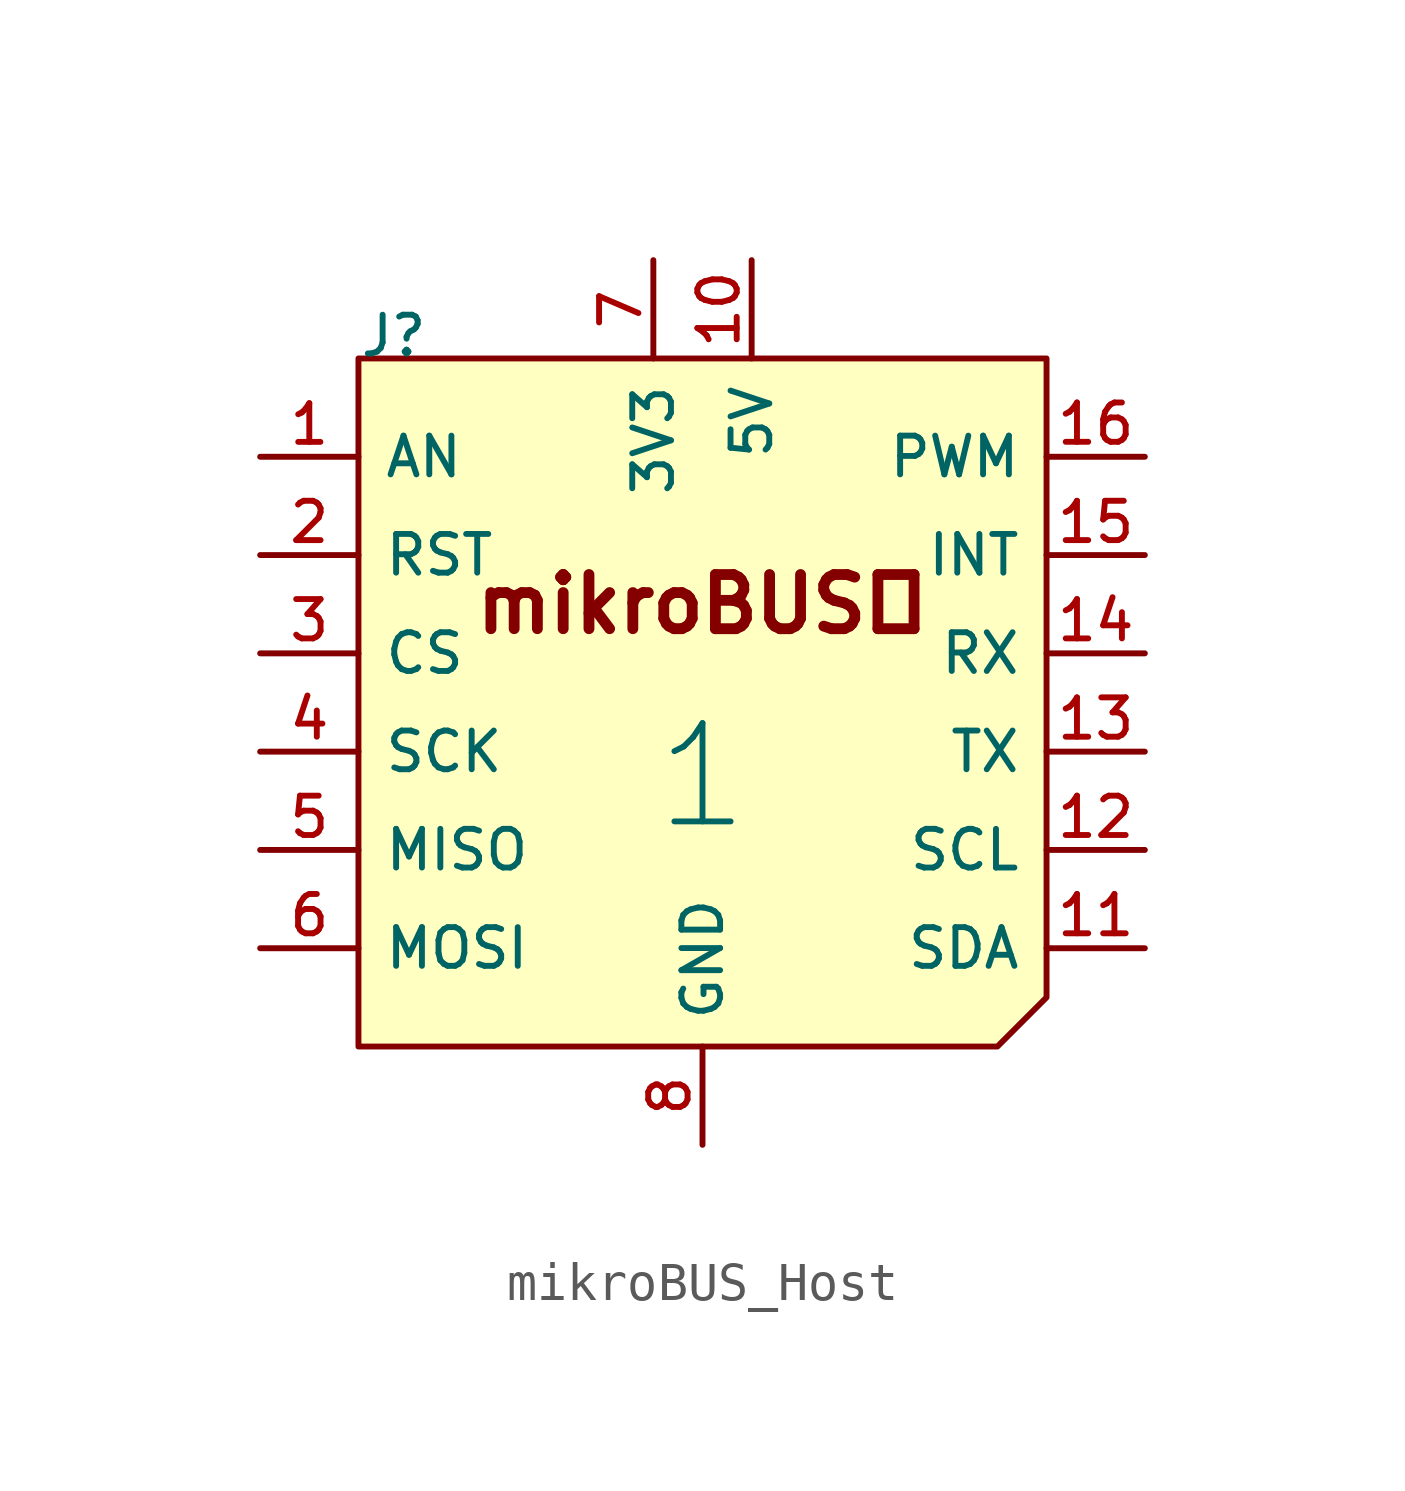
<source format=kicad_sym>
(kicad_symbol_lib
  (version 20241209)
  (generator "kicad_symbol_editor")
  (generator_version "9.0")
  (symbol "mikroBUS_Host"
    (pin_names
      (offset 0.635))
    (property "Reference" "J"
      (at 0 0 0)
      (do_not_autoplace)
      (effects (font (size 1 1)) (justify left bottom)))
    (property "Value" "1"
      (at 8.89 -10.795 0)
      (do_not_autoplace)
      (effects (font (size 2.54 2.54))))
    (symbol "mikroBUS_Host_0_0"
      (pin bidirectional line (at -2.54 -5.08 0) (length 2.54) (name "RST" (effects (font (size 1 1)))) (number "2" (effects (font (size 1.016 1.016)))))
      (pin bidirectional line (at -2.54 -7.62 0) (length 2.54) (name "CS" (effects (font (size 1 1)))) (number "3" (effects (font (size 1.016 1.016)))))
      (pin bidirectional line (at -2.54 -10.16 0) (length 2.54) (name "SCK" (effects (font (size 1 1)))) (number "4" (effects (font (size 1.016 1.016)))))
      (pin bidirectional line (at -2.54 -12.7 0) (length 2.54) (name "MISO" (effects (font (size 1 1)))) (number "5" (effects (font (size 1.016 1.016)))))
      (pin bidirectional line (at -2.54 -15.24 0) (length 2.54) (name "MOSI" (effects (font (size 1 1)))) (number "6" (effects (font (size 1.016 1.016)))))
      (pin power_in line (at 7.62 2.54 270) (length 2.54) (name "3V3" (effects (font (size 1 1)))) (number "7" (effects (font (size 1.016 1.016)))))
      (pin power_in line (at 10.16 2.54 270) (length 2.54) (name "5V" (effects (font (size 1 1)))) (number "10" (effects (font (size 1.016 1.016)))))
      (pin bidirectional line (at 20.32 -2.54 180) (length 2.54) (name "PWM" (effects (font (size 1 1)))) (number "16" (effects (font (size 1.016 1.016)))))
      (pin bidirectional line (at 20.32 -5.08 180) (length 2.54) (name "INT" (effects (font (size 1 1)))) (number "15" (effects (font (size 1.016 1.016)))))
      (pin bidirectional line (at 20.32 -7.62 180) (length 2.54) (name "RX" (effects (font (size 1 1)))) (number "14" (effects (font (size 1.016 1.016)))))
      (pin bidirectional line (at 20.32 -10.16 180) (length 2.54) (name "TX" (effects (font (size 1 1)))) (number "13" (effects (font (size 1.016 1.016)))))
      (pin bidirectional line (at 20.32 -12.7 180) (length 2.54) (name "SCL" (effects (font (size 1 1)))) (number "12" (effects (font (size 1.016 1.016)))))
      (pin bidirectional line (at 20.32 -15.24 180) (length 2.54) (name "SDA" (effects (font (size 1 1)))) (number "11" (effects (font (size 1.016 1.016))))))
    (symbol "mikroBUS_Host_1_0"
      (pin bidirectional line (at -2.54 -2.54 0) (length 2.54) (name "AN" (effects (font (size 1 1)))) (number "1" (effects (font (size 1 1)))))
      (pin bidirectional line (at 8.89 -20.32 90) (length 2.54) (name "GND" (effects (font (size 1 1)))) (number "8" (effects (font (size 1.016 1.016)))))
      (pin bidirectional line (at 8.89 -20.32 90) (length 2.54) (hide yes) (name "GND" (effects (font (size 1 1)))) (number "9" (effects (font (size 1.016 1.016))))))
    (symbol "mikroBUS_Host_1_1"
      (polyline (pts (xy 0 0) (xy 0 -17.78) (xy 16.51 -17.78) (xy 17.78 -16.51) (xy 17.78 0) (xy 0 0)) (stroke (width 0) (type default)) (fill (type background)))
      (text "mikroBUS™" (at 8.89 -6.35 0) (effects (font (size 1.4 1.4) (bold yes)))))))
</source>
